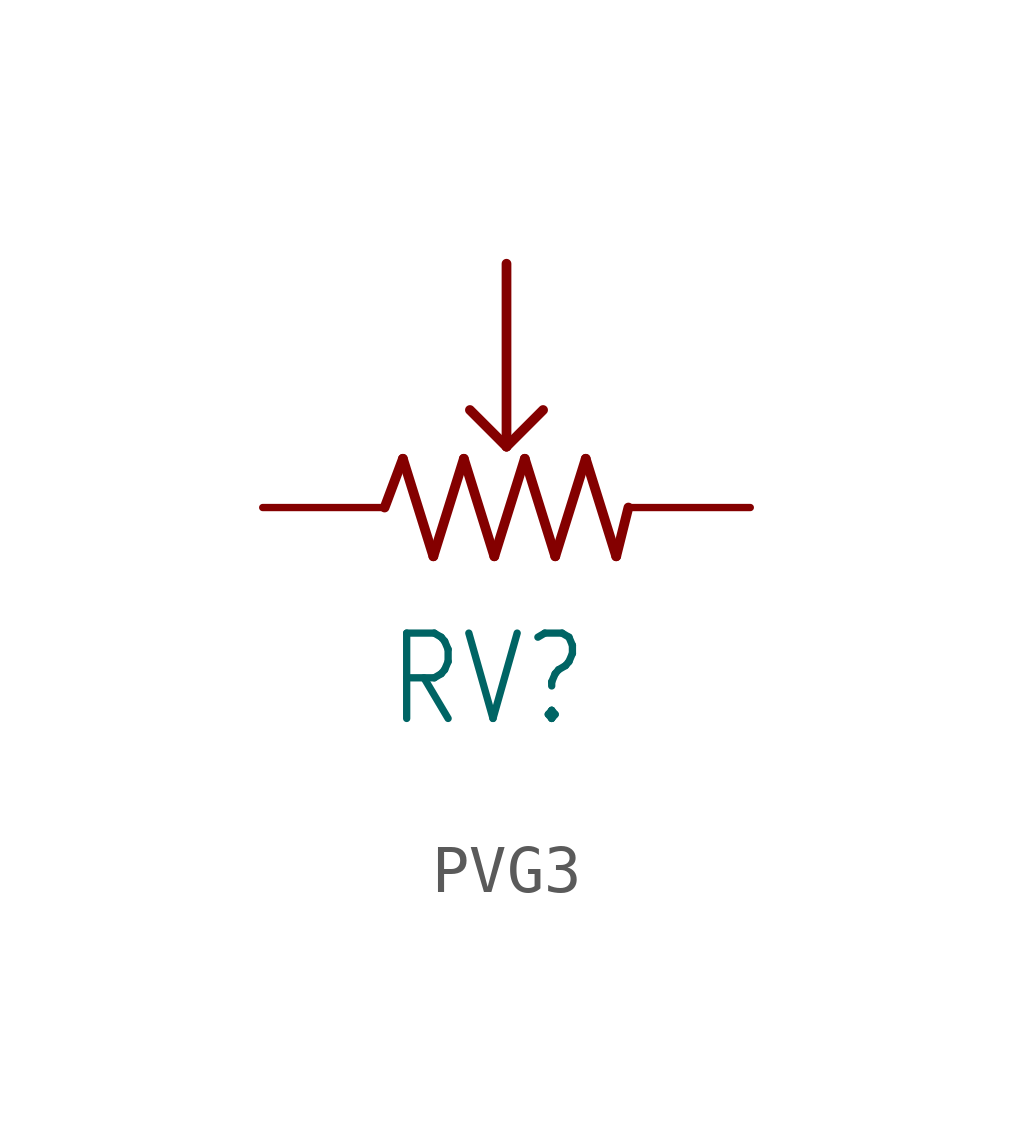
<source format=kicad_sym>
(kicad_symbol_lib
  (version 20220914)
  (generator kicad_symbol_editor)
  (symbol "PVG3"
    (property "Reference" "RV"
      (at -2.54 -2.54 0)
      (effects (font (size 1.778 1.511)) (justify left top)))
    (property "Value" ""
      (at -2.54 -5.08 0)
      (effects (font (size 1.778 1.511)) (justify left top)))
    (property "ki_locked" ""
      (at 0 0 0)
      (effects (font (size 1.27 1.27))))
    (symbol "PVG3_1_0"
      (polyline (pts (xy -2.54 0) (xy -2.159 1.016)) (stroke (width 0.203) (type solid)) (fill (type none)))
      (polyline (pts (xy -2.159 1.016) (xy -1.524 -1.016)) (stroke (width 0.203) (type solid)) (fill (type none)))
      (polyline (pts (xy -1.524 -1.016) (xy -0.889 1.016)) (stroke (width 0.203) (type solid)) (fill (type none)))
      (polyline (pts (xy -0.889 1.016) (xy -0.254 -1.016)) (stroke (width 0.203) (type solid)) (fill (type none)))
      (polyline (pts (xy -0.254 -1.016) (xy 0.381 1.016)) (stroke (width 0.203) (type solid)) (fill (type none)))
      (polyline (pts (xy 0 1.27) (xy -0.762 2.032)) (stroke (width 0.203) (type solid)) (fill (type none)))
      (polyline (pts (xy 0 1.27) (xy 0.762 2.032)) (stroke (width 0.203) (type solid)) (fill (type none)))
      (polyline (pts (xy 0 5.08) (xy 0 1.27)) (stroke (width 0.203) (type solid)) (fill (type none)))
      (polyline (pts (xy 0.381 1.016) (xy 1.016 -1.016)) (stroke (width 0.203) (type solid)) (fill (type none)))
      (polyline (pts (xy 1.016 -1.016) (xy 1.651 1.016)) (stroke (width 0.203) (type solid)) (fill (type none)))
      (polyline (pts (xy 1.651 1.016) (xy 2.286 -1.016)) (stroke (width 0.203) (type solid)) (fill (type none)))
      (polyline (pts (xy 2.286 -1.016) (xy 2.54 0)) (stroke (width 0.203) (type solid)) (fill (type none)))
      (pin passive line (at -5.08 0 0) (length 2.54) (name "PIN1" (effects (font (size 0 0)))) (number "P$1" (effects (font (size 0 0)))))
      (pin passive line (at 0 5.08 270) (length 2.54) (name "PIN2" (effects (font (size 0 0)))) (number "P$2" (effects (font (size 0 0)))))
      (pin passive line (at 5.08 0 180) (length 2.54) (name "PIN3" (effects (font (size 0 0)))) (number "P$3" (effects (font (size 0 0))))))))
</source>
